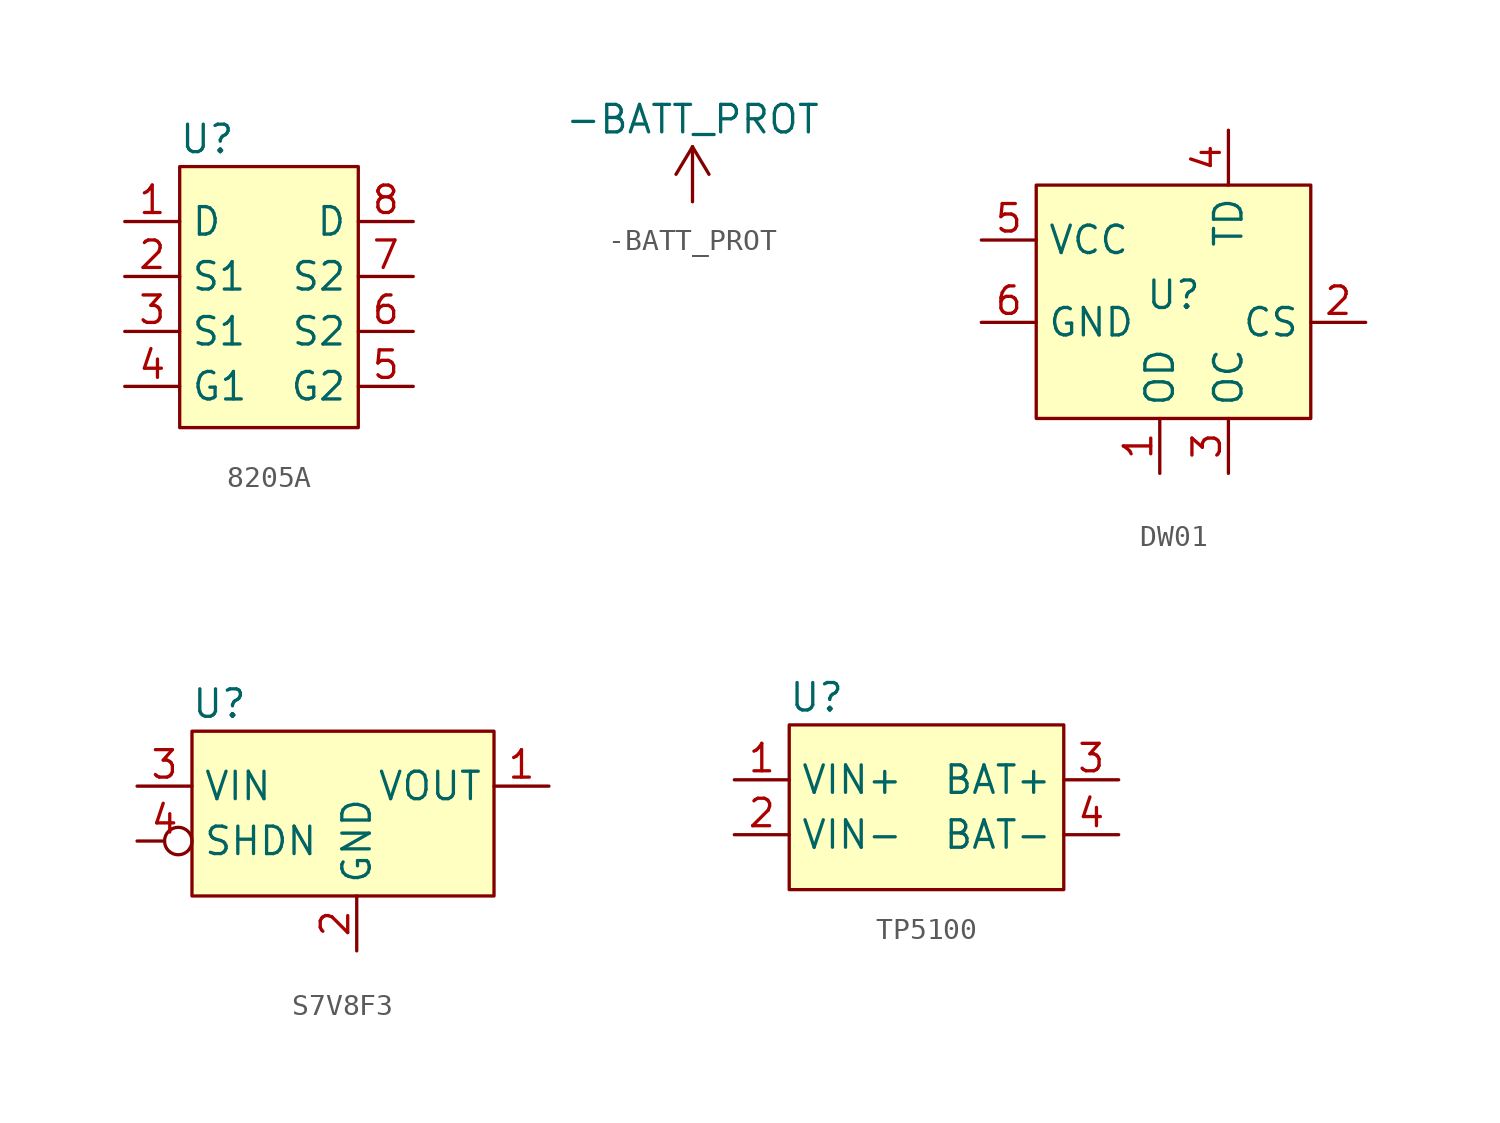
<source format=kicad_sym>
(kicad_symbol_lib
  (version 20220914)
  (generator kicad_symbol_editor)
  (symbol "8205A"
    (property "Reference" "U"
      (at 1.27 1.27 0)
      (effects (font (size 1.27 1.27))))
    (property "Value" ""
      (at 0 0 0)
      (effects (font (size 1.27 1.27))))
    (symbol "8205A_1_1"
      (rectangle (start 0 0) (end 8.255 -12.065) (stroke (width 0) (type default)) (fill (type background)))
      (pin output line (at -2.54 -2.54 0) (length 2.54) (name "D" (effects (font (size 1.27 1.27)))) (number "1" (effects (font (size 1.27 1.27)))))
      (pin input line (at -2.54 -5.08 0) (length 2.54) (name "S1" (effects (font (size 1.27 1.27)))) (number "2" (effects (font (size 1.27 1.27)))))
      (pin input line (at -2.54 -7.62 0) (length 2.54) (name "S1" (effects (font (size 1.27 1.27)))) (number "3" (effects (font (size 1.27 1.27)))))
      (pin input line (at -2.54 -10.16 0) (length 2.54) (name "G1" (effects (font (size 1.27 1.27)))) (number "4" (effects (font (size 1.27 1.27)))))
      (pin input line (at 10.795 -10.16 180) (length 2.54) (name "G2" (effects (font (size 1.27 1.27)))) (number "5" (effects (font (size 1.27 1.27)))))
      (pin input line (at 10.795 -7.62 180) (length 2.54) (name "S2" (effects (font (size 1.27 1.27)))) (number "6" (effects (font (size 1.27 1.27)))))
      (pin input line (at 10.795 -5.08 180) (length 2.54) (name "S2" (effects (font (size 1.27 1.27)))) (number "7" (effects (font (size 1.27 1.27)))))
      (pin output line (at 10.795 -2.54 180) (length 2.54) (name "D" (effects (font (size 1.27 1.27)))) (number "8" (effects (font (size 1.27 1.27)))))))
  (symbol "-BATT_PROT"
    (power)
    (pin_names
      (offset 0))
    (property "Reference" "#PWR"
      (at 3.81 -2.54 0)
      (effects (font (size 1.27 1.27)) hide))
    (property "Value" "-BATT_PROT"
      (at 0 3.81 0)
      (effects (font (size 1.27 1.27))))
    (symbol "-BATT_PROT_0_1"
      (polyline (pts (xy -0.762 1.27) (xy 0 2.54)) (stroke (width 0) (type default)) (fill (type none)))
      (polyline (pts (xy 0 0) (xy 0 2.54)) (stroke (width 0) (type default)) (fill (type none)))
      (polyline (pts (xy 0 2.54) (xy 0.762 1.27)) (stroke (width 0) (type default)) (fill (type none))))
    (symbol "-BATT_PROT_1_1"
      (pin power_in line (at 0 0 90) (length 0) hide (name "-BATT_PROT" (effects (font (size 1.27 1.27)))) (number "1" (effects (font (size 1.27 1.27)))))))
  (symbol "DW01"
    (property "Reference" "U"
      (at 6.35 -5.08 0)
      (effects (font (size 1.27 1.27))))
    (property "Value" ""
      (at 0 0 0)
      (effects (font (size 1.27 1.27))))
    (symbol "DW01_1_1"
      (rectangle (start 0 0) (end 12.7 -10.795) (stroke (width 0) (type default)) (fill (type background)))
      (pin output line (at 5.715 -13.335 90) (length 2.54) (name "OD" (effects (font (size 1.27 1.27)))) (number "1" (effects (font (size 1.27 1.27)))))
      (pin input line (at 15.24 -6.35 180) (length 2.54) (name "CS" (effects (font (size 1.27 1.27)))) (number "2" (effects (font (size 1.27 1.27)))))
      (pin output line (at 8.89 -13.335 90) (length 2.54) (name "OC" (effects (font (size 1.27 1.27)))) (number "3" (effects (font (size 1.27 1.27)))))
      (pin output line (at 8.89 2.54 270) (length 2.54) (name "TD" (effects (font (size 1.27 1.27)))) (number "4" (effects (font (size 1.27 1.27)))))
      (pin power_in line (at -2.54 -2.54 0) (length 2.54) (name "VCC" (effects (font (size 1.27 1.27)))) (number "5" (effects (font (size 1.27 1.27)))))
      (pin power_in line (at -2.54 -6.35 0) (length 2.54) (name "GND" (effects (font (size 1.27 1.27)))) (number "6" (effects (font (size 1.27 1.27)))))))
  (symbol "S7V8F3"
    (property "Reference" "U"
      (at 1.27 1.27 0)
      (effects (font (size 1.27 1.27))))
    (property "Value" ""
      (at 0 0 0)
      (effects (font (size 1.27 1.27))))
    (symbol "S7V8F3_1_1"
      (rectangle (start 0 0) (end 13.97 -7.62) (stroke (width 0) (type default)) (fill (type background)))
      (pin power_out line (at 16.51 -2.54 180) (length 2.54) (name "VOUT" (effects (font (size 1.27 1.27)))) (number "1" (effects (font (size 1.27 1.27)))))
      (pin power_in line (at 7.62 -10.16 90) (length 2.54) (name "GND" (effects (font (size 1.27 1.27)))) (number "2" (effects (font (size 1.27 1.27)))))
      (pin power_in line (at -2.54 -2.54 0) (length 2.54) (name "VIN" (effects (font (size 1.27 1.27)))) (number "3" (effects (font (size 1.27 1.27)))))
      (pin input inverted (at -2.54 -5.08 0) (length 2.54) (name "SHDN" (effects (font (size 1.27 1.27)))) (number "4" (effects (font (size 1.27 1.27)))))))
  (symbol "TP5100"
    (property "Reference" "U"
      (at 1.27 1.27 0)
      (effects (font (size 1.27 1.27))))
    (property "Value" ""
      (at 0 0 0)
      (effects (font (size 1.27 1.27))))
    (symbol "TP5100_1_1"
      (rectangle (start 0 0) (end 12.7 -7.62) (stroke (width 0) (type default)) (fill (type background)))
      (pin power_in line (at -2.54 -2.54 0) (length 2.54) (name "VIN+" (effects (font (size 1.27 1.27)))) (number "1" (effects (font (size 1.27 1.27)))))
      (pin power_in line (at -2.54 -5.08 0) (length 2.54) (name "VIN-" (effects (font (size 1.27 1.27)))) (number "2" (effects (font (size 1.27 1.27)))))
      (pin output line (at 15.24 -2.54 180) (length 2.54) (name "BAT+" (effects (font (size 1.27 1.27)))) (number "3" (effects (font (size 1.27 1.27)))))
      (pin output line (at 15.24 -5.08 180) (length 2.54) (name "BAT-" (effects (font (size 1.27 1.27)))) (number "4" (effects (font (size 1.27 1.27))))))))
</source>
